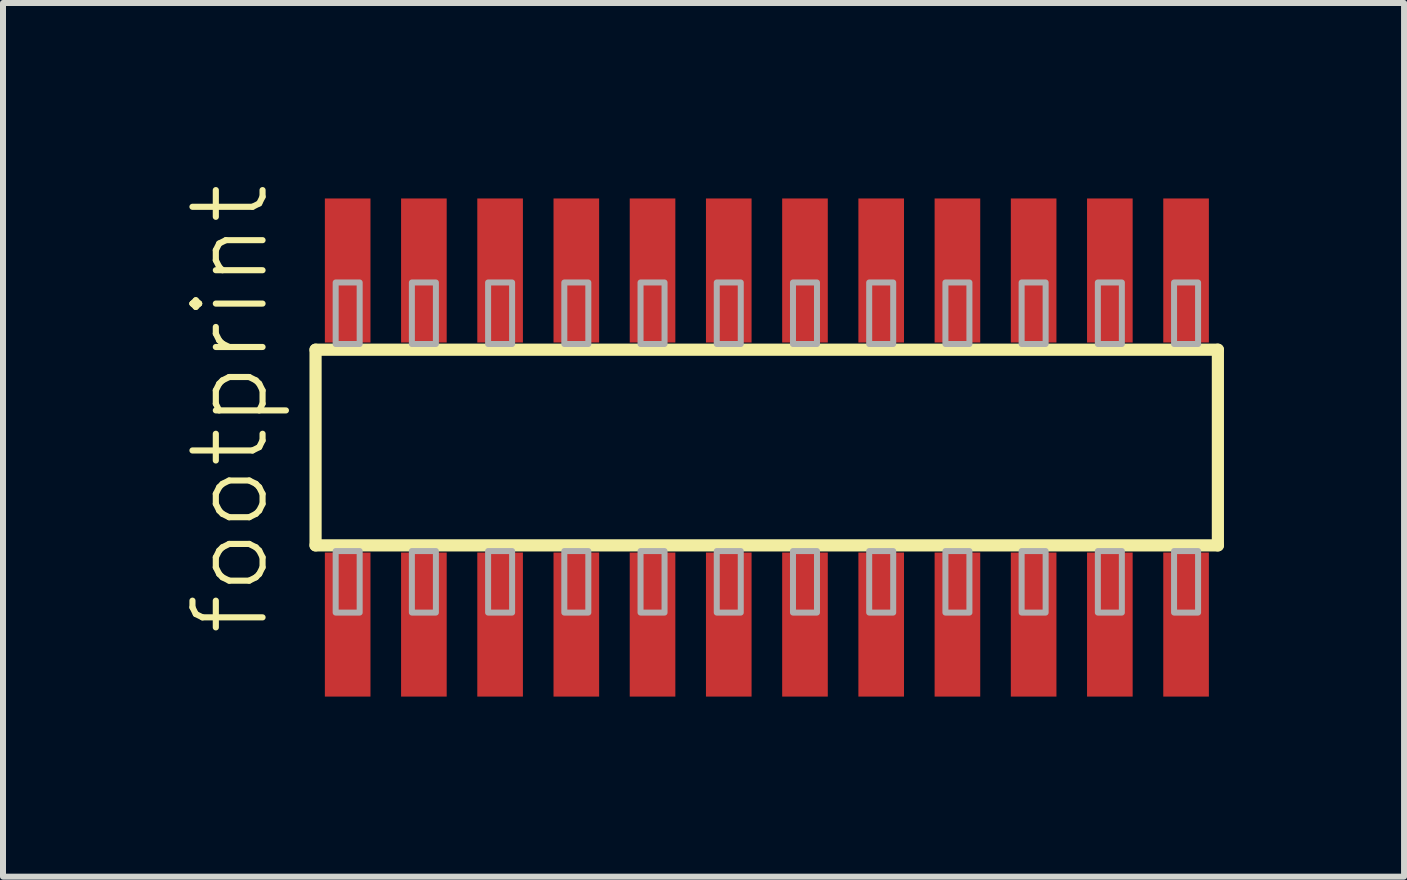
<source format=kicad_pcb>
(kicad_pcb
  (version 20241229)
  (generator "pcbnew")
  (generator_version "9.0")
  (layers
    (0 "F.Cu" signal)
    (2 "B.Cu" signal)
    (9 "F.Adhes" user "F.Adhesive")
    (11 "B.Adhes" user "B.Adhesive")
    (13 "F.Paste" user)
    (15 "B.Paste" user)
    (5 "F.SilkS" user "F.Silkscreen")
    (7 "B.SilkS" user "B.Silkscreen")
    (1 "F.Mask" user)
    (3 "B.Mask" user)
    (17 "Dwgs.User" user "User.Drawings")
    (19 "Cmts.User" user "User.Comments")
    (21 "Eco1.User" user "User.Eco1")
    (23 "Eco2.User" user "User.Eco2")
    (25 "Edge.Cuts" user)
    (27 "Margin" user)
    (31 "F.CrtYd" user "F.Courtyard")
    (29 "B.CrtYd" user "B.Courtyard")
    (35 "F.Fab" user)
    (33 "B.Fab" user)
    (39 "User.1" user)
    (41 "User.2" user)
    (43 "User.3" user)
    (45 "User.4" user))
  (footprint "footprint"
    (layer "F.Cu")
    (at 9.728 4.407)
    (property "Reference" "footprint" (at -8.255 3.175 90) (layer "F.SilkS") (effects (font (size 1.168 1.168) (thickness 0.102)) (justify left bottom)))
    (fp_line (start -7.52 -1.63) (end 7.515 -1.63) (stroke (width 0.203) (type solid)) (layer "F.SilkS"))
    (fp_line (start -7.52 1.63) (end -7.52 -1.63) (stroke (width 0.203) (type solid)) (layer "F.SilkS"))
    (fp_line (start 7.515 -1.63) (end 7.515 1.63) (stroke (width 0.203) (type solid)) (layer "F.SilkS"))
    (fp_line (start 7.515 1.63) (end -7.52 1.63) (stroke (width 0.203) (type solid)) (layer "F.SilkS"))
    (fp_poly (pts (xy -7.185 -1.725) (xy -6.785 -1.725) (xy -6.785 -2.75) (xy -7.185 -2.75)) (stroke (width 0.1) (type solid)) (fill no) (layer "F.Fab"))
    (fp_poly (pts (xy -6.785 1.725) (xy -7.185 1.725) (xy -7.185 2.75) (xy -6.785 2.75)) (stroke (width 0.1) (type solid)) (fill no) (layer "F.Fab"))
    (fp_poly (pts (xy -5.915 -1.725) (xy -5.515 -1.725) (xy -5.515 -2.75) (xy -5.915 -2.75)) (stroke (width 0.1) (type solid)) (fill no) (layer "F.Fab"))
    (fp_poly (pts (xy -5.515 1.725) (xy -5.915 1.725) (xy -5.915 2.75) (xy -5.515 2.75)) (stroke (width 0.1) (type solid)) (fill no) (layer "F.Fab"))
    (fp_poly (pts (xy -4.645 -1.725) (xy -4.245 -1.725) (xy -4.245 -2.75) (xy -4.645 -2.75)) (stroke (width 0.1) (type solid)) (fill no) (layer "F.Fab"))
    (fp_poly (pts (xy -4.245 1.725) (xy -4.645 1.725) (xy -4.645 2.75) (xy -4.245 2.75)) (stroke (width 0.1) (type solid)) (fill no) (layer "F.Fab"))
    (fp_poly (pts (xy -3.375 -1.725) (xy -2.975 -1.725) (xy -2.975 -2.75) (xy -3.375 -2.75)) (stroke (width 0.1) (type solid)) (fill no) (layer "F.Fab"))
    (fp_poly (pts (xy -2.975 1.725) (xy -3.375 1.725) (xy -3.375 2.75) (xy -2.975 2.75)) (stroke (width 0.1) (type solid)) (fill no) (layer "F.Fab"))
    (fp_poly (pts (xy -2.105 -1.725) (xy -1.705 -1.725) (xy -1.705 -2.75) (xy -2.105 -2.75)) (stroke (width 0.1) (type solid)) (fill no) (layer "F.Fab"))
    (fp_poly (pts (xy -1.705 1.725) (xy -2.105 1.725) (xy -2.105 2.75) (xy -1.705 2.75)) (stroke (width 0.1) (type solid)) (fill no) (layer "F.Fab"))
    (fp_poly (pts (xy -0.835 -1.725) (xy -0.435 -1.725) (xy -0.435 -2.75) (xy -0.835 -2.75)) (stroke (width 0.1) (type solid)) (fill no) (layer "F.Fab"))
    (fp_poly (pts (xy -0.435 1.725) (xy -0.835 1.725) (xy -0.835 2.75) (xy -0.435 2.75)) (stroke (width 0.1) (type solid)) (fill no) (layer "F.Fab"))
    (fp_poly (pts (xy 0.435 -1.725) (xy 0.835 -1.725) (xy 0.835 -2.75) (xy 0.435 -2.75)) (stroke (width 0.1) (type solid)) (fill no) (layer "F.Fab"))
    (fp_poly (pts (xy 0.835 1.725) (xy 0.435 1.725) (xy 0.435 2.75) (xy 0.835 2.75)) (stroke (width 0.1) (type solid)) (fill no) (layer "F.Fab"))
    (fp_poly (pts (xy 1.705 -1.725) (xy 2.105 -1.725) (xy 2.105 -2.75) (xy 1.705 -2.75)) (stroke (width 0.1) (type solid)) (fill no) (layer "F.Fab"))
    (fp_poly (pts (xy 2.105 1.725) (xy 1.705 1.725) (xy 1.705 2.75) (xy 2.105 2.75)) (stroke (width 0.1) (type solid)) (fill no) (layer "F.Fab"))
    (fp_poly (pts (xy 2.975 -1.725) (xy 3.375 -1.725) (xy 3.375 -2.75) (xy 2.975 -2.75)) (stroke (width 0.1) (type solid)) (fill no) (layer "F.Fab"))
    (fp_poly (pts (xy 3.375 1.725) (xy 2.975 1.725) (xy 2.975 2.75) (xy 3.375 2.75)) (stroke (width 0.1) (type solid)) (fill no) (layer "F.Fab"))
    (fp_poly (pts (xy 4.245 -1.725) (xy 4.645 -1.725) (xy 4.645 -2.75) (xy 4.245 -2.75)) (stroke (width 0.1) (type solid)) (fill no) (layer "F.Fab"))
    (fp_poly (pts (xy 4.645 1.725) (xy 4.245 1.725) (xy 4.245 2.75) (xy 4.645 2.75)) (stroke (width 0.1) (type solid)) (fill no) (layer "F.Fab"))
    (fp_poly (pts (xy 5.515 -1.725) (xy 5.915 -1.725) (xy 5.915 -2.75) (xy 5.515 -2.75)) (stroke (width 0.1) (type solid)) (fill no) (layer "F.Fab"))
    (fp_poly (pts (xy 5.915 1.725) (xy 5.515 1.725) (xy 5.515 2.75) (xy 5.915 2.75)) (stroke (width 0.1) (type solid)) (fill no) (layer "F.Fab"))
    (fp_poly (pts (xy 6.785 -1.725) (xy 7.185 -1.725) (xy 7.185 -2.75) (xy 6.785 -2.75)) (stroke (width 0.1) (type solid)) (fill no) (layer "F.Fab"))
    (fp_poly (pts (xy 7.185 1.725) (xy 6.785 1.725) (xy 6.785 2.75) (xy 7.185 2.75)) (stroke (width 0.1) (type solid)) (fill no) (layer "F.Fab"))
    (pad "1" smd rect (at -6.985 2.95) (size 0.76 2.4) (layers "F.Cu" "F.Mask" "F.Paste"))
    (pad "2" smd rect (at -6.985 -2.95) (size 0.76 2.4) (layers "F.Cu" "F.Mask" "F.Paste"))
    (pad "3" smd rect (at -5.715 2.95) (size 0.76 2.4) (layers "F.Cu" "F.Mask" "F.Paste"))
    (pad "4" smd rect (at -5.715 -2.95) (size 0.76 2.4) (layers "F.Cu" "F.Mask" "F.Paste"))
    (pad "5" smd rect (at -4.445 2.95) (size 0.76 2.4) (layers "F.Cu" "F.Mask" "F.Paste"))
    (pad "6" smd rect (at -4.445 -2.95) (size 0.76 2.4) (layers "F.Cu" "F.Mask" "F.Paste"))
    (pad "7" smd rect (at -3.175 2.95) (size 0.76 2.4) (layers "F.Cu" "F.Mask" "F.Paste"))
    (pad "8" smd rect (at -3.175 -2.95) (size 0.76 2.4) (layers "F.Cu" "F.Mask" "F.Paste"))
    (pad "9" smd rect (at -1.905 2.95) (size 0.76 2.4) (layers "F.Cu" "F.Mask" "F.Paste"))
    (pad "10" smd rect (at -1.905 -2.95) (size 0.76 2.4) (layers "F.Cu" "F.Mask" "F.Paste"))
    (pad "11" smd rect (at -0.635 2.95) (size 0.76 2.4) (layers "F.Cu" "F.Mask" "F.Paste"))
    (pad "12" smd rect (at -0.635 -2.95) (size 0.76 2.4) (layers "F.Cu" "F.Mask" "F.Paste"))
    (pad "13" smd rect (at 0.635 2.95) (size 0.76 2.4) (layers "F.Cu" "F.Mask" "F.Paste"))
    (pad "14" smd rect (at 0.635 -2.95) (size 0.76 2.4) (layers "F.Cu" "F.Mask" "F.Paste"))
    (pad "15" smd rect (at 1.905 2.95) (size 0.76 2.4) (layers "F.Cu" "F.Mask" "F.Paste"))
    (pad "16" smd rect (at 1.905 -2.95) (size 0.76 2.4) (layers "F.Cu" "F.Mask" "F.Paste"))
    (pad "17" smd rect (at 3.175 2.95) (size 0.76 2.4) (layers "F.Cu" "F.Mask" "F.Paste"))
    (pad "18" smd rect (at 3.175 -2.95) (size 0.76 2.4) (layers "F.Cu" "F.Mask" "F.Paste"))
    (pad "19" smd rect (at 4.445 2.95) (size 0.76 2.4) (layers "F.Cu" "F.Mask" "F.Paste"))
    (pad "20" smd rect (at 4.445 -2.95) (size 0.76 2.4) (layers "F.Cu" "F.Mask" "F.Paste"))
    (pad "21" smd rect (at 5.715 2.95) (size 0.76 2.4) (layers "F.Cu" "F.Mask" "F.Paste"))
    (pad "22" smd rect (at 5.715 -2.95) (size 0.76 2.4) (layers "F.Cu" "F.Mask" "F.Paste"))
    (pad "23" smd rect (at 6.985 2.95) (size 0.76 2.4) (layers "F.Cu" "F.Mask" "F.Paste"))
    (pad "24" smd rect (at 6.985 -2.95) (size 0.76 2.4) (layers "F.Cu" "F.Mask" "F.Paste")))
  (gr_rect
    (start -3 -3)
    (end 20.345 11.557)
    (stroke (width 0.1) (type default))
    (fill no)
    (layer "Edge.Cuts")))
</source>
